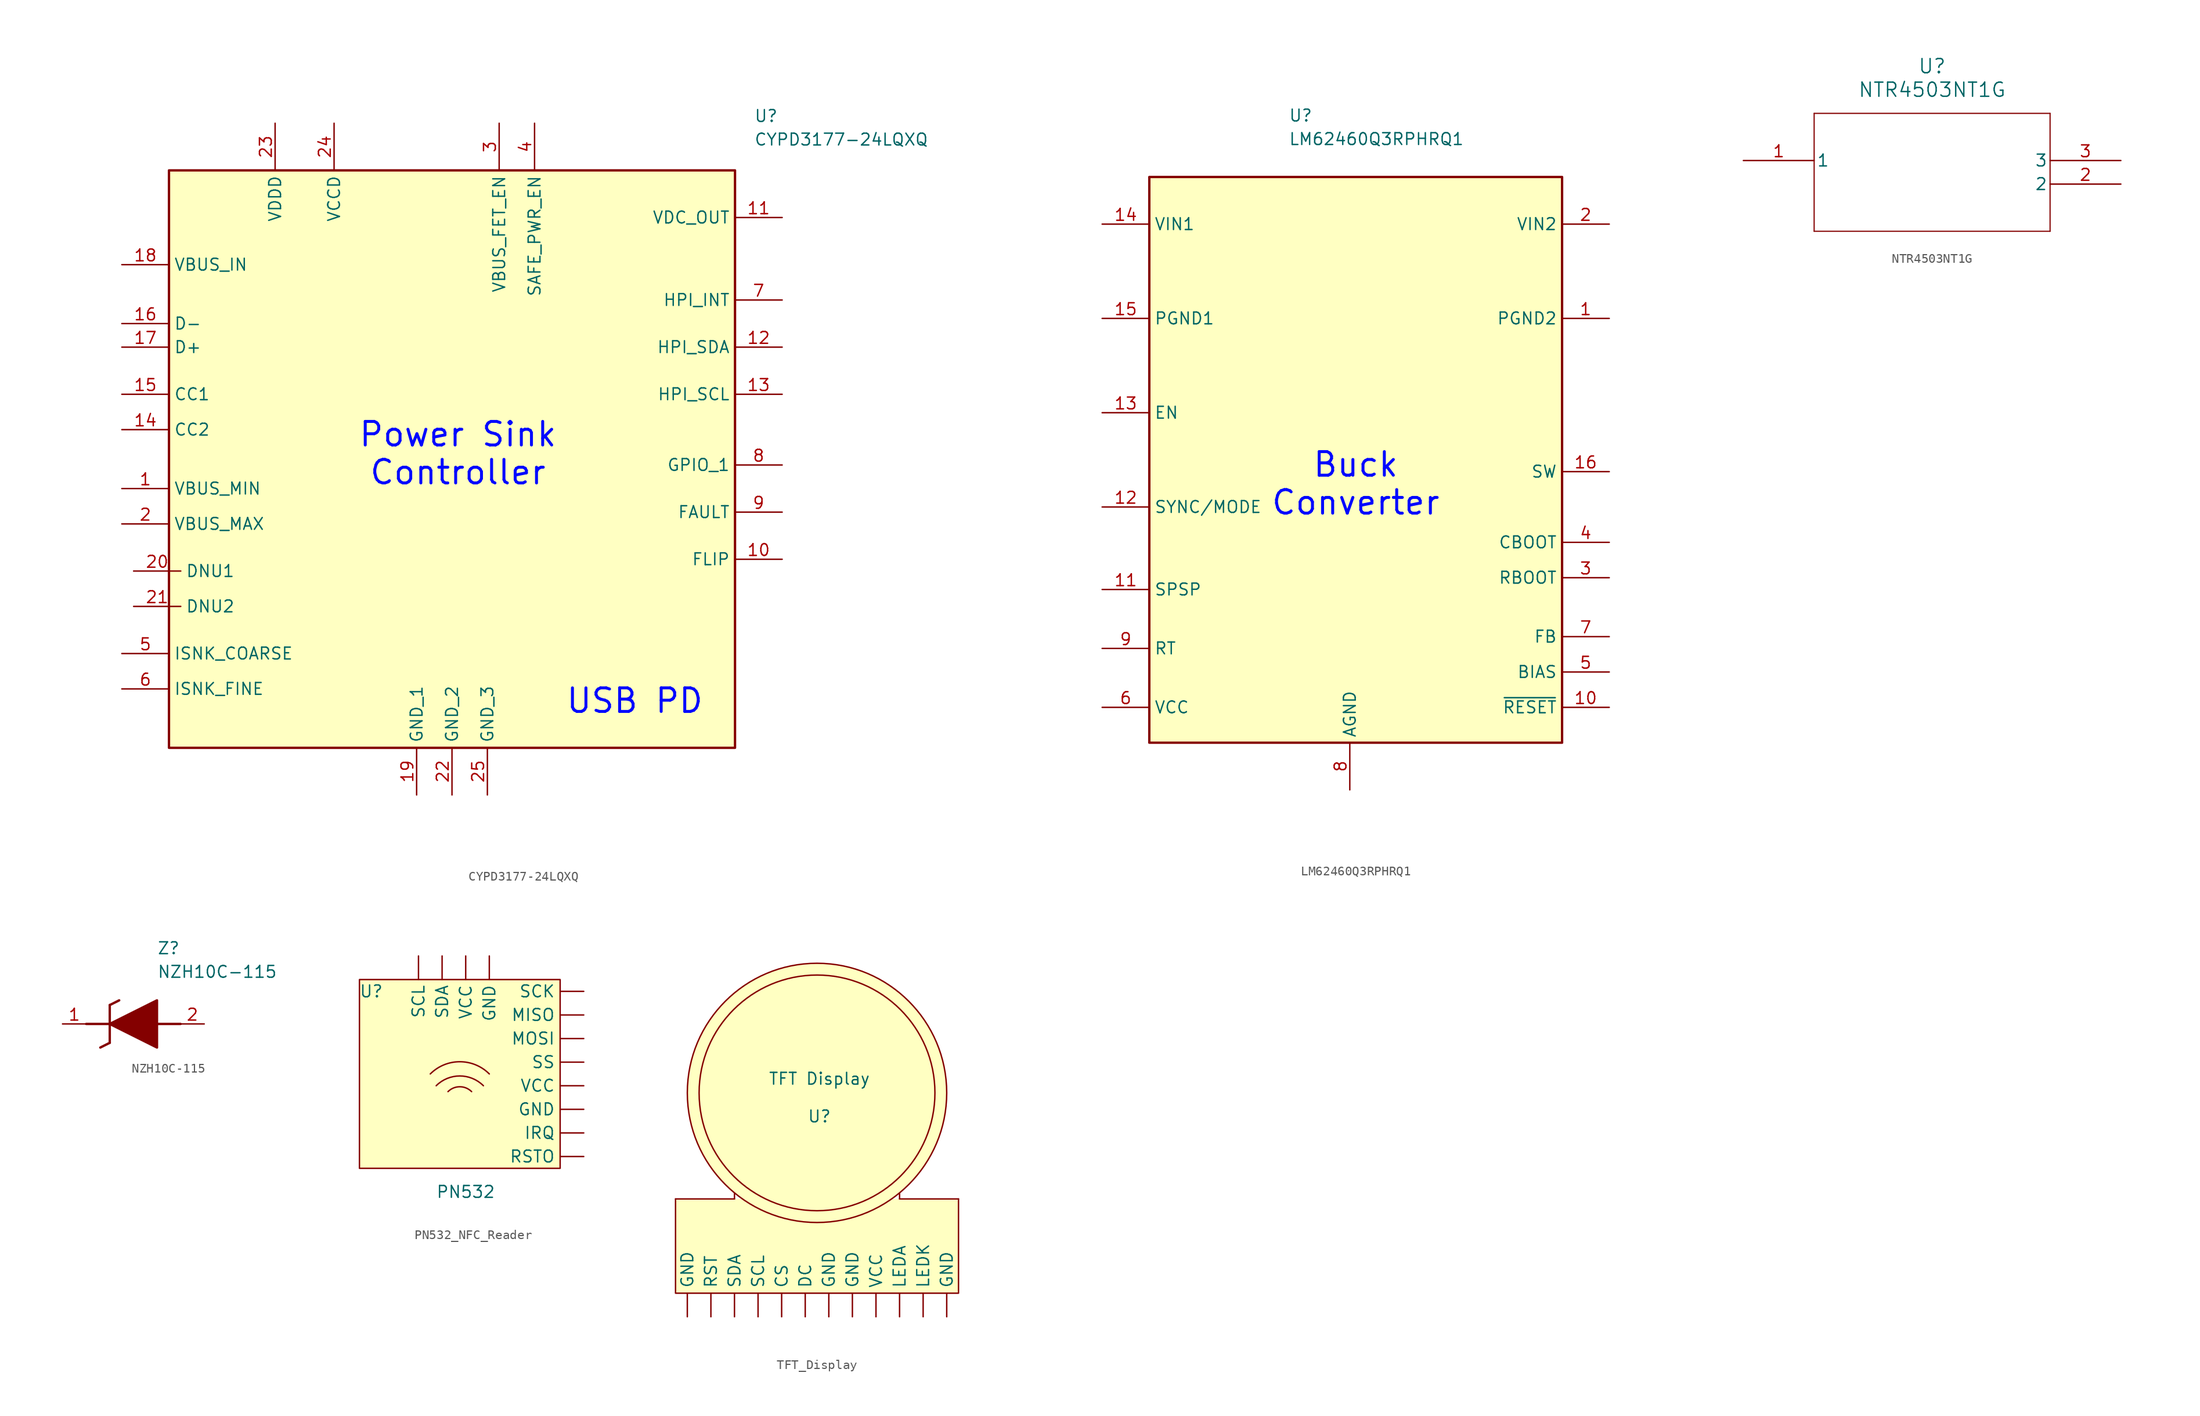
<source format=kicad_sym>
(kicad_symbol_lib
  (version 20231120)
  (generator "kicad_symbol_editor")
  (generator_version "8.0")
  (symbol "CYPD3177-24LQXQ"
    (property "Reference" "U"
      (at 68.072 32.004 0)
      (effects (font (size 1.27 1.27)) (justify left top)))
    (property "Value" "CYPD3177-24LQXQ"
      (at 68.072 29.464 0)
      (effects (font (size 1.27 1.27)) (justify left top)))
    (symbol "CYPD3177-24LQXQ_1_1"
      (rectangle (start 5.08 25.4) (end 66.04 -36.83) (stroke (width 0.254) (type default)) (fill (type background)))
      (text_box "Power Sink Controller" (at 22.86 0 0) (size 26.67 -10.16) (stroke (width -0.0001) (type default)) (fill (type none)) (effects (font (size 2.54 2.54) (thickness 0.318) (color 0 7 255 1))))
      (text_box "USB PD" (at 45.72 -27.94 0) (size 19.05 -7.62) (stroke (width -0.0001) (type default)) (fill (type none)) (effects (font (size 2.54 2.54) (thickness 0.318) (color 0 7 255 1))))
      (pin passive line (at 0 -8.89 0) (length 5.08) (name "VBUS_MIN" (effects (font (size 1.27 1.27)))) (number "1" (effects (font (size 1.27 1.27)))))
      (pin passive line (at 71.12 -16.51 180) (length 5.08) (name "FLIP" (effects (font (size 1.27 1.27)))) (number "10" (effects (font (size 1.27 1.27)))))
      (pin passive line (at 71.12 20.32 180) (length 5.08) (name "VDC_OUT" (effects (font (size 1.27 1.27)))) (number "11" (effects (font (size 1.27 1.27)))))
      (pin passive line (at 71.12 6.35 180) (length 5.08) (name "HPI_SDA" (effects (font (size 1.27 1.27)))) (number "12" (effects (font (size 1.27 1.27)))))
      (pin passive line (at 71.12 1.27 180) (length 5.08) (name "HPI_SCL" (effects (font (size 1.27 1.27)))) (number "13" (effects (font (size 1.27 1.27)))))
      (pin passive line (at 0 -2.54 0) (length 5.08) (name "CC2" (effects (font (size 1.27 1.27)))) (number "14" (effects (font (size 1.27 1.27)))))
      (pin passive line (at 0 1.27 0) (length 5.08) (name "CC1" (effects (font (size 1.27 1.27)))) (number "15" (effects (font (size 1.27 1.27)))))
      (pin passive line (at 0 8.89 0) (length 5.08) (name "D-" (effects (font (size 1.27 1.27)))) (number "16" (effects (font (size 1.27 1.27)))))
      (pin passive line (at 0 6.35 0) (length 5.08) (name "D+" (effects (font (size 1.27 1.27)))) (number "17" (effects (font (size 1.27 1.27)))))
      (pin passive line (at 0 15.24 0) (length 5.08) (name "VBUS_IN" (effects (font (size 1.27 1.27)))) (number "18" (effects (font (size 1.27 1.27)))))
      (pin passive line (at 31.75 -41.91 90) (length 5.08) (name "GND_1" (effects (font (size 1.27 1.27)))) (number "19" (effects (font (size 1.27 1.27)))))
      (pin passive line (at 0 -12.7 0) (length 5.08) (name "VBUS_MAX" (effects (font (size 1.27 1.27)))) (number "2" (effects (font (size 1.27 1.27)))))
      (pin passive line (at 1.27 -17.78 0) (length 5.08) (name "DNU1" (effects (font (size 1.27 1.27)))) (number "20" (effects (font (size 1.27 1.27)))))
      (pin passive line (at 1.27 -21.59 0) (length 5.08) (name "DNU2" (effects (font (size 1.27 1.27)))) (number "21" (effects (font (size 1.27 1.27)))))
      (pin passive line (at 35.56 -41.91 90) (length 5.08) (name "GND_2" (effects (font (size 1.27 1.27)))) (number "22" (effects (font (size 1.27 1.27)))))
      (pin passive line (at 16.51 30.48 270) (length 5.08) (name "VDDD" (effects (font (size 1.27 1.27)))) (number "23" (effects (font (size 1.27 1.27)))))
      (pin passive line (at 22.86 30.48 270) (length 5.08) (name "VCCD" (effects (font (size 1.27 1.27)))) (number "24" (effects (font (size 1.27 1.27)))))
      (pin passive line (at 39.37 -41.91 90) (length 5.08) (name "GND_3" (effects (font (size 1.27 1.27)))) (number "25" (effects (font (size 1.27 1.27)))))
      (pin passive line (at 40.64 30.48 270) (length 5.08) (name "VBUS_FET_EN" (effects (font (size 1.27 1.27)))) (number "3" (effects (font (size 1.27 1.27)))))
      (pin passive line (at 44.45 30.48 270) (length 5.08) (name "SAFE_PWR_EN" (effects (font (size 1.27 1.27)))) (number "4" (effects (font (size 1.27 1.27)))))
      (pin passive line (at 0 -26.67 0) (length 5.08) (name "ISNK_COARSE" (effects (font (size 1.27 1.27)))) (number "5" (effects (font (size 1.27 1.27)))))
      (pin passive line (at 0 -30.48 0) (length 5.08) (name "ISNK_FINE" (effects (font (size 1.27 1.27)))) (number "6" (effects (font (size 1.27 1.27)))))
      (pin passive line (at 71.12 11.43 180) (length 5.08) (name "HPI_INT" (effects (font (size 1.27 1.27)))) (number "7" (effects (font (size 1.27 1.27)))))
      (pin passive line (at 71.12 -6.35 180) (length 5.08) (name "GPIO_1" (effects (font (size 1.27 1.27)))) (number "8" (effects (font (size 1.27 1.27)))))
      (pin passive line (at 71.12 -11.43 180) (length 5.08) (name "FAULT" (effects (font (size 1.27 1.27)))) (number "9" (effects (font (size 1.27 1.27)))))))
  (symbol "LM62460Q3RPHRQ1"
    (property "Reference" "U"
      (at 6.096 28.956 0)
      (effects (font (size 1.27 1.27)) (justify left top)))
    (property "Value" "LM62460Q3RPHRQ1"
      (at 6.096 26.416 0)
      (effects (font (size 1.27 1.27)) (justify left top)))
    (symbol "LM62460Q3RPHRQ1_1_1"
      (rectangle (start -8.89 21.59) (end 35.56 -39.37) (stroke (width 0.254) (type default)) (fill (type background)))
      (text_box "Buck\nConverter" (at 0 -6.35 0) (size 26.67 -10.16) (stroke (width -0.0001) (type default)) (fill (type none)) (effects (font (size 2.54 2.54) (thickness 0.318) (color 0 7 255 1))))
      (pin passive line (at 40.64 6.35 180) (length 5.08) (name "PGND2" (effects (font (size 1.27 1.27)))) (number "1" (effects (font (size 1.27 1.27)))))
      (pin passive line (at 40.64 -35.56 180) (length 5.08) (name "~{RESET}" (effects (font (size 1.27 1.27)))) (number "10" (effects (font (size 1.27 1.27)))))
      (pin passive line (at -13.97 -22.86 0) (length 5.08) (name "SPSP" (effects (font (size 1.27 1.27)))) (number "11" (effects (font (size 1.27 1.27)))))
      (pin passive line (at -13.97 -13.97 0) (length 5.08) (name "SYNC/MODE" (effects (font (size 1.27 1.27)))) (number "12" (effects (font (size 1.27 1.27)))))
      (pin passive line (at -13.97 -3.81 0) (length 5.08) (name "EN" (effects (font (size 1.27 1.27)))) (number "13" (effects (font (size 1.27 1.27)))))
      (pin passive line (at -13.97 16.51 0) (length 5.08) (name "VIN1" (effects (font (size 1.27 1.27)))) (number "14" (effects (font (size 1.27 1.27)))))
      (pin passive line (at -13.97 6.35 0) (length 5.08) (name "PGND1" (effects (font (size 1.27 1.27)))) (number "15" (effects (font (size 1.27 1.27)))))
      (pin passive line (at 40.64 -10.16 180) (length 5.08) (name "SW" (effects (font (size 1.27 1.27)))) (number "16" (effects (font (size 1.27 1.27)))))
      (pin passive line (at 40.64 16.51 180) (length 5.08) (name "VIN2" (effects (font (size 1.27 1.27)))) (number "2" (effects (font (size 1.27 1.27)))))
      (pin passive line (at 40.64 -21.59 180) (length 5.08) (name "RBOOT" (effects (font (size 1.27 1.27)))) (number "3" (effects (font (size 1.27 1.27)))))
      (pin passive line (at 40.64 -17.78 180) (length 5.08) (name "CBOOT" (effects (font (size 1.27 1.27)))) (number "4" (effects (font (size 1.27 1.27)))))
      (pin passive line (at 40.64 -31.75 180) (length 5.08) (name "BIAS" (effects (font (size 1.27 1.27)))) (number "5" (effects (font (size 1.27 1.27)))))
      (pin passive line (at -13.97 -35.56 0) (length 5.08) (name "VCC" (effects (font (size 1.27 1.27)))) (number "6" (effects (font (size 1.27 1.27)))))
      (pin passive line (at 40.64 -27.94 180) (length 5.08) (name "FB" (effects (font (size 1.27 1.27)))) (number "7" (effects (font (size 1.27 1.27)))))
      (pin passive line (at 12.7 -44.45 90) (length 5.08) (name "AGND" (effects (font (size 1.27 1.27)))) (number "8" (effects (font (size 1.27 1.27)))))
      (pin passive line (at -13.97 -29.21 0) (length 5.08) (name "RT" (effects (font (size 1.27 1.27)))) (number "9" (effects (font (size 1.27 1.27)))))))
  (symbol "NTR4503NT1G"
    (pin_names
      (offset 0.254))
    (property "Reference" "U"
      (at 20.32 10.16 0)
      (effects (font (size 1.524 1.524))))
    (property "Value" "NTR4503NT1G"
      (at 20.32 7.62 0)
      (effects (font (size 1.524 1.524))))
    (property "ki_locked" ""
      (at 0 0 0)
      (effects (font (size 1.27 1.27))))
    (symbol "NTR4503NT1G_0_1"
      (polyline (pts (xy 7.62 -7.62) (xy 33.02 -7.62)) (stroke (width 0.127) (type default)) (fill (type none)))
      (polyline (pts (xy 7.62 5.08) (xy 7.62 -7.62)) (stroke (width 0.127) (type default)) (fill (type none)))
      (polyline (pts (xy 33.02 -7.62) (xy 33.02 5.08)) (stroke (width 0.127) (type default)) (fill (type none)))
      (polyline (pts (xy 33.02 5.08) (xy 7.62 5.08)) (stroke (width 0.127) (type default)) (fill (type none)))
      (pin unspecified line (at 0 0 0) (length 7.62) (name "1" (effects (font (size 1.27 1.27)))) (number "1" (effects (font (size 1.27 1.27)))))
      (pin unspecified line (at 40.64 -2.54 180) (length 7.62) (name "2" (effects (font (size 1.27 1.27)))) (number "2" (effects (font (size 1.27 1.27)))))
      (pin unspecified line (at 40.64 0 180) (length 7.62) (name "3" (effects (font (size 1.27 1.27)))) (number "3" (effects (font (size 1.27 1.27)))))))
  (symbol "NZH10C-115"
    (pin_names hide)
    (property "Reference" "Z"
      (at 10.16 8.89 0)
      (effects (font (size 1.27 1.27)) (justify left top)))
    (property "Value" "NZH10C-115"
      (at 10.16 6.35 0)
      (effects (font (size 1.27 1.27)) (justify left top)))
    (symbol "NZH10C-115_1_1"
      (polyline (pts (xy 2.54 0) (xy 5.08 0)) (stroke (width 0.254) (type default)) (fill (type none)))
      (polyline (pts (xy 4.064 -2.54) (xy 5.08 -2.032)) (stroke (width 0.254) (type default)) (fill (type none)))
      (polyline (pts (xy 5.08 2.032) (xy 5.08 -2.032)) (stroke (width 0.254) (type default)) (fill (type none)))
      (polyline (pts (xy 5.08 2.032) (xy 6.096 2.54)) (stroke (width 0.254) (type default)) (fill (type none)))
      (polyline (pts (xy 12.7 0) (xy 10.16 0)) (stroke (width 0.254) (type default)) (fill (type none)))
      (polyline (pts (xy 5.08 0) (xy 10.16 2.54) (xy 10.16 -2.54) (xy 5.08 0)) (stroke (width 0.254) (type default)) (fill (type outline)))
      (pin passive line (at 0 0 0) (length 2.54) (name "K" (effects (font (size 1.27 1.27)))) (number "1" (effects (font (size 1.27 1.27)))))
      (pin passive line (at 15.24 0 180) (length 2.54) (name "A" (effects (font (size 1.27 1.27)))) (number "2" (effects (font (size 1.27 1.27)))))))
  (symbol "PN532_NFC_Reader"
    (property "Reference" "U"
      (at 1.27 -1.27 0)
      (effects (font (size 1.27 1.27))))
    (property "Value" "PN532"
      (at 11.43 -22.86 0)
      (effects (font (size 1.27 1.27))))
    (symbol "PN532_NFC_Reader_0_1"
      (arc (start 12.065 -12.0648) (mid 10.795 -11.5388) (end 9.525 -12.0648) (stroke (width 0) (type default)) (fill (type none)))
      (arc (start 13.335 -11.4299) (mid 10.795 -10.3778) (end 8.255 -11.4299) (stroke (width 0) (type default)) (fill (type none)))
      (arc (start 13.97 -10.16) (mid 10.795 -8.8449) (end 7.62 -10.16) (stroke (width 0) (type default)) (fill (type none))))
    (symbol "PN532_NFC_Reader_1_1"
      (rectangle (start 0 0) (end 21.59 -20.32) (stroke (width 0) (type default)) (fill (type background)))
      (pin input line (at 13.97 2.54 270) (length 2.54) (name "GND" (effects (font (size 1.27 1.27)))) (number "" (effects (font (size 1.27 1.27)))))
      (pin input line (at 24.13 -13.97 180) (length 2.54) (name "GND" (effects (font (size 1.27 1.27)))) (number "" (effects (font (size 1.27 1.27)))))
      (pin input line (at 24.13 -16.51 180) (length 2.54) (name "IRQ" (effects (font (size 1.27 1.27)))) (number "" (effects (font (size 1.27 1.27)))))
      (pin input line (at 24.13 -3.81 180) (length 2.54) (name "MISO" (effects (font (size 1.27 1.27)))) (number "" (effects (font (size 1.27 1.27)))))
      (pin input line (at 24.13 -6.35 180) (length 2.54) (name "MOSI" (effects (font (size 1.27 1.27)))) (number "" (effects (font (size 1.27 1.27)))))
      (pin input line (at 24.13 -19.05 180) (length 2.54) (name "RSTO" (effects (font (size 1.27 1.27)))) (number "" (effects (font (size 1.27 1.27)))))
      (pin input line (at 24.13 -1.27 180) (length 2.54) (name "SCK" (effects (font (size 1.27 1.27)))) (number "" (effects (font (size 1.27 1.27)))))
      (pin input line (at 6.35 2.54 270) (length 2.54) (name "SCL" (effects (font (size 1.27 1.27)))) (number "" (effects (font (size 1.27 1.27)))))
      (pin input line (at 8.89 2.54 270) (length 2.54) (name "SDA" (effects (font (size 1.27 1.27)))) (number "" (effects (font (size 1.27 1.27)))))
      (pin input line (at 24.13 -8.89 180) (length 2.54) (name "SS" (effects (font (size 1.27 1.27)))) (number "" (effects (font (size 1.27 1.27)))))
      (pin input line (at 11.43 2.54 270) (length 2.54) (name "VCC" (effects (font (size 1.27 1.27)))) (number "" (effects (font (size 1.27 1.27)))))
      (pin input line (at 24.13 -11.43 180) (length 2.54) (name "VCC" (effects (font (size 1.27 1.27)))) (number "" (effects (font (size 1.27 1.27)))))))
  (symbol "TFT_Display"
    (property "Reference" "U"
      (at 0.254 19.05 0)
      (effects (font (size 1.27 1.27))))
    (property "Value" "TFT Display"
      (at 0.254 23.114 0)
      (effects (font (size 1.27 1.27))))
    (symbol "TFT_Display_0_1"
      (polyline (pts (xy -8.89 10.16) (xy -15.24 10.16)) (stroke (width 0) (type default)) (fill (type none)))
      (polyline (pts (xy -8.89 10.795) (xy -8.89 10.16)) (stroke (width 0) (type default)) (fill (type none)))
      (polyline (pts (xy 8.89 10.16) (xy 15.24 10.16)) (stroke (width 0) (type default)) (fill (type none)))
      (polyline (pts (xy 8.89 10.795) (xy 8.89 10.16)) (stroke (width 0) (type default)) (fill (type none))))
    (symbol "TFT_Display_1_1"
      (polyline (pts (xy 15.24 10.16) (xy 15.24 0) (xy -15.24 0) (xy -15.24 10.16)) (stroke (width 0) (type default)) (fill (type background)))
      (circle (center 0 21.59) (radius 12.7) (stroke (width 0) (type default)) (fill (type background)))
      (circle (center 0 21.59) (radius 13.97) (stroke (width 0) (type default)) (fill (type background)))
      (pin bidirectional line (at -3.81 -2.54 90) (length 2.54) (name "CS" (effects (font (size 1.27 1.27)))) (number "" (effects (font (size 1.27 1.27)))))
      (pin bidirectional line (at -1.27 -2.54 90) (length 2.54) (name "DC" (effects (font (size 1.27 1.27)))) (number "" (effects (font (size 1.27 1.27)))))
      (pin bidirectional line (at -13.97 -2.54 90) (length 2.54) (name "GND" (effects (font (size 1.27 1.27)))) (number "" (effects (font (size 1.27 1.27)))))
      (pin bidirectional line (at 1.27 -2.54 90) (length 2.54) (name "GND" (effects (font (size 1.27 1.27)))) (number "" (effects (font (size 1.27 1.27)))))
      (pin bidirectional line (at 3.81 -2.54 90) (length 2.54) (name "GND" (effects (font (size 1.27 1.27)))) (number "" (effects (font (size 1.27 1.27)))))
      (pin bidirectional line (at 13.97 -2.54 90) (length 2.54) (name "GND" (effects (font (size 1.27 1.27)))) (number "" (effects (font (size 1.27 1.27)))))
      (pin bidirectional line (at 8.89 -2.54 90) (length 2.54) (name "LEDA" (effects (font (size 1.27 1.27)))) (number "" (effects (font (size 1.27 1.27)))))
      (pin bidirectional line (at 11.43 -2.54 90) (length 2.54) (name "LEDK" (effects (font (size 1.27 1.27)))) (number "" (effects (font (size 1.27 1.27)))))
      (pin bidirectional line (at -11.43 -2.54 90) (length 2.54) (name "RST" (effects (font (size 1.27 1.27)))) (number "" (effects (font (size 1.27 1.27)))))
      (pin bidirectional line (at -6.35 -2.54 90) (length 2.54) (name "SCL" (effects (font (size 1.27 1.27)))) (number "" (effects (font (size 1.27 1.27)))))
      (pin bidirectional line (at -8.89 -2.54 90) (length 2.54) (name "SDA" (effects (font (size 1.27 1.27)))) (number "" (effects (font (size 1.27 1.27)))))
      (pin bidirectional line (at 6.35 -2.54 90) (length 2.54) (name "VCC" (effects (font (size 1.27 1.27)))) (number "" (effects (font (size 1.27 1.27))))))))
</source>
